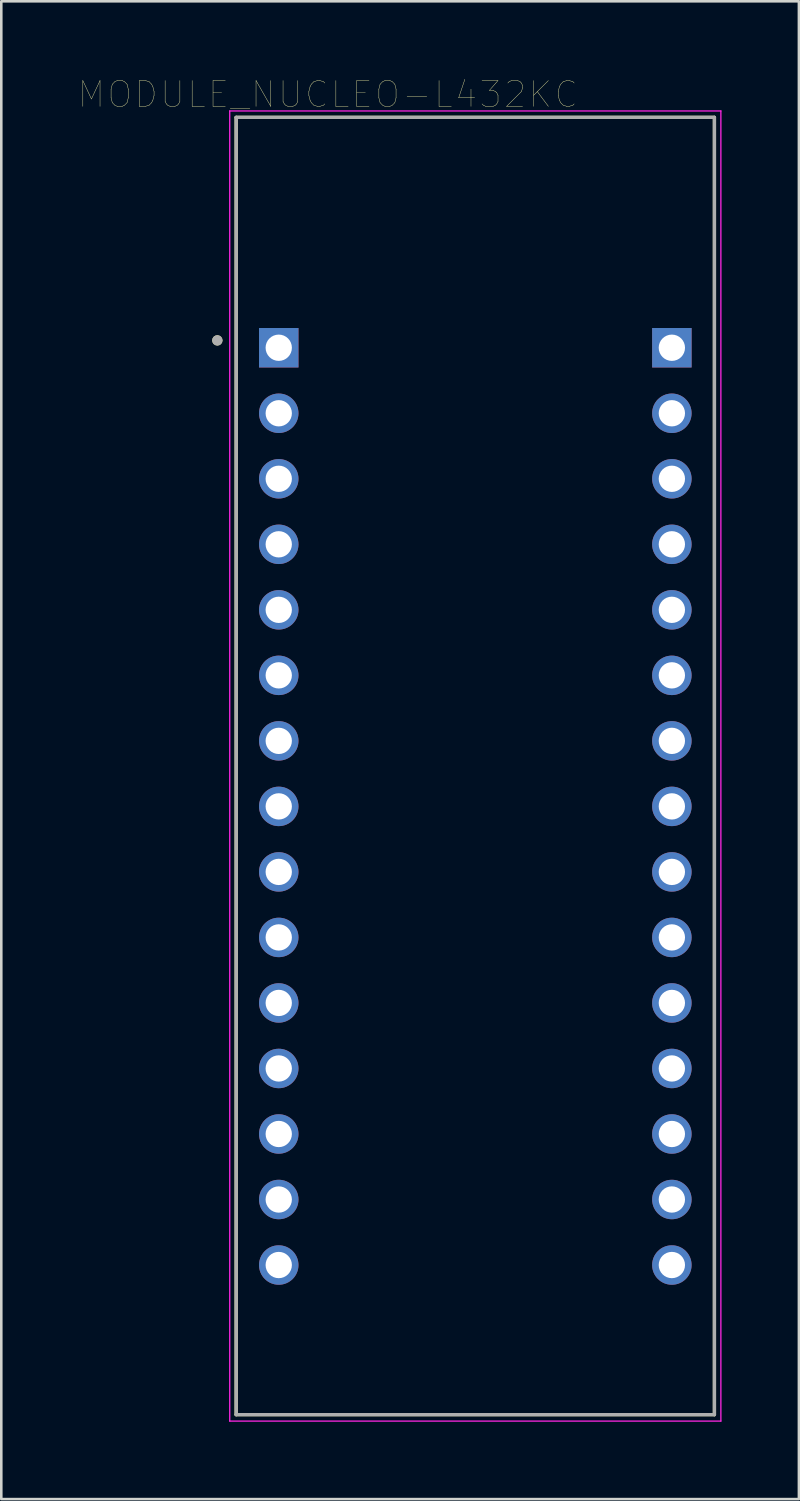
<source format=kicad_pcb>
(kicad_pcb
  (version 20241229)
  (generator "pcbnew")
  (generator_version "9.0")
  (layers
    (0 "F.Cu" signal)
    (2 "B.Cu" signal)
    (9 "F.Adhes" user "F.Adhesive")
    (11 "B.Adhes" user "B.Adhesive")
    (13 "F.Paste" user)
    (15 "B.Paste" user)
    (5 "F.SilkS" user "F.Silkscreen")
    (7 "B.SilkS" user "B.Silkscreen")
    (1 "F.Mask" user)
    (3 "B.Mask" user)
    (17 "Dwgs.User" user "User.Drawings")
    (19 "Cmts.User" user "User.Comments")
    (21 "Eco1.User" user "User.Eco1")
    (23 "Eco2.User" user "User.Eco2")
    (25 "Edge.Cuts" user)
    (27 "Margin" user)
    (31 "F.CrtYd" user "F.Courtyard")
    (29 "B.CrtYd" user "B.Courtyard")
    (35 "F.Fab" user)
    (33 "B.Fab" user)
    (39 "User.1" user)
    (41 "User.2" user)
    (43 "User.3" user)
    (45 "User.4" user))
  (footprint "MODULE_NUCLEO-L432KC"
    (layer "F.Cu")
    (at 15.376 26.646)
    (property "Reference" "MODULE_NUCLEO-L432KC" (at -5.715 -26.035 0) (layer "F.SilkS") (effects (font (size 1 1) (thickness 0.015))))
    (attr through_hole)
    (fp_line (start -9.27 -25.145) (end 9.27 -25.145) (stroke (width 0.127) (type solid)) (layer "F.SilkS"))
    (fp_line (start -9.27 25.145) (end -9.27 -25.145) (stroke (width 0.127) (type solid)) (layer "F.SilkS"))
    (fp_line (start 9.27 -25.145) (end 9.27 25.145) (stroke (width 0.127) (type solid)) (layer "F.SilkS"))
    (fp_line (start 9.27 25.145) (end -9.27 25.145) (stroke (width 0.127) (type solid)) (layer "F.SilkS"))
    (fp_circle (center -10 -16.5) (end -9.9 -16.5) (stroke (width 0.2) (type solid)) (fill no) (layer "F.SilkS"))
    (fp_line (start -9.52 -25.395) (end 9.52 -25.395) (stroke (width 0.05) (type solid)) (layer "F.CrtYd"))
    (fp_line (start -9.52 25.395) (end -9.52 -25.395) (stroke (width 0.05) (type solid)) (layer "F.CrtYd"))
    (fp_line (start 9.52 -25.395) (end 9.52 25.395) (stroke (width 0.05) (type solid)) (layer "F.CrtYd"))
    (fp_line (start 9.52 25.395) (end -9.52 25.395) (stroke (width 0.05) (type solid)) (layer "F.CrtYd"))
    (fp_line (start -9.27 -25.145) (end 9.27 -25.145) (stroke (width 0.127) (type solid)) (layer "F.Fab"))
    (fp_line (start -9.27 25.145) (end -9.27 -25.145) (stroke (width 0.127) (type solid)) (layer "F.Fab"))
    (fp_line (start 9.27 -25.145) (end 9.27 25.145) (stroke (width 0.127) (type solid)) (layer "F.Fab"))
    (fp_line (start 9.27 25.145) (end -9.27 25.145) (stroke (width 0.127) (type solid)) (layer "F.Fab"))
    (fp_circle (center -10 -16.5) (end -9.9 -16.5) (stroke (width 0.2) (type solid)) (fill no) (layer "F.Fab"))
    (pad "3V3" thru_hole circle (at 7.62 16.805) (size 1.53 1.53) (drill 1.02) (layers "*.Cu" "*.Mask"))
    (pad "5V" thru_hole circle (at 7.62 -8.595) (size 1.53 1.53) (drill 1.02) (layers "*.Cu" "*.Mask"))
    (pad "AREF" thru_hole circle (at 7.62 14.265) (size 1.53 1.53) (drill 1.02) (layers "*.Cu" "*.Mask"))
    (pad "GND" thru_hole circle (at -7.62 -8.595) (size 1.53 1.53) (drill 1.02) (layers "*.Cu" "*.Mask"))
    (pad "GND" thru_hole circle (at 7.62 -13.675) (size 1.53 1.53) (drill 1.02) (layers "*.Cu" "*.Mask"))
    (pad "NRST" thru_hole circle (at -7.62 -11.135) (size 1.53 1.53) (drill 1.02) (layers "*.Cu" "*.Mask"))
    (pad "NRST" thru_hole circle (at 7.62 -11.135) (size 1.53 1.53) (drill 1.02) (layers "*.Cu" "*.Mask"))
    (pad "PA0" thru_hole circle (at 7.62 11.725) (size 1.53 1.53) (drill 1.02) (layers "*.Cu" "*.Mask"))
    (pad "PA1" thru_hole circle (at 7.62 9.185) (size 1.53 1.53) (drill 1.02) (layers "*.Cu" "*.Mask"))
    (pad "PA2" thru_hole circle (at 7.62 -6.055) (size 1.53 1.53) (drill 1.02) (layers "*.Cu" "*.Mask"))
    (pad "PA3" thru_hole circle (at 7.62 6.645) (size 1.53 1.53) (drill 1.02) (layers "*.Cu" "*.Mask"))
    (pad "PA4" thru_hole circle (at 7.62 4.105) (size 1.53 1.53) (drill 1.02) (layers "*.Cu" "*.Mask"))
    (pad "PA5" thru_hole circle (at 7.62 1.565) (size 1.53 1.53) (drill 1.02) (layers "*.Cu" "*.Mask"))
    (pad "PA6" thru_hole circle (at 7.62 -0.975) (size 1.53 1.53) (drill 1.02) (layers "*.Cu" "*.Mask"))
    (pad "PA7" thru_hole circle (at 7.62 -3.515) (size 1.53 1.53) (drill 1.02) (layers "*.Cu" "*.Mask"))
    (pad "PA8" thru_hole circle (at -7.62 11.725) (size 1.53 1.53) (drill 1.02) (layers "*.Cu" "*.Mask"))
    (pad "PA9" thru_hole rect (at -7.62 -16.215) (size 1.53 1.53) (drill 1.02) (layers "*.Cu" "*.Mask"))
    (pad "PA10" thru_hole circle (at -7.62 -13.675) (size 1.53 1.53) (drill 1.02) (layers "*.Cu" "*.Mask"))
    (pad "PA11" thru_hole circle (at -7.62 14.265) (size 1.53 1.53) (drill 1.02) (layers "*.Cu" "*.Mask"))
    (pad "PA12" thru_hole circle (at -7.62 -6.055) (size 1.53 1.53) (drill 1.02) (layers "*.Cu" "*.Mask"))
    (pad "PB0" thru_hole circle (at -7.62 -3.515) (size 1.53 1.53) (drill 1.02) (layers "*.Cu" "*.Mask"))
    (pad "PB1" thru_hole circle (at -7.62 4.105) (size 1.53 1.53) (drill 1.02) (layers "*.Cu" "*.Mask"))
    (pad "PB3" thru_hole circle (at 7.62 19.345) (size 1.53 1.53) (drill 1.02) (layers "*.Cu" "*.Mask"))
    (pad "PB4" thru_hole circle (at -7.62 19.345) (size 1.53 1.53) (drill 1.02) (layers "*.Cu" "*.Mask"))
    (pad "PB5" thru_hole circle (at -7.62 16.805) (size 1.53 1.53) (drill 1.02) (layers "*.Cu" "*.Mask"))
    (pad "PB6" thru_hole circle (at -7.62 1.565) (size 1.53 1.53) (drill 1.02) (layers "*.Cu" "*.Mask"))
    (pad "PB7" thru_hole circle (at -7.62 -0.975) (size 1.53 1.53) (drill 1.02) (layers "*.Cu" "*.Mask"))
    (pad "PC14" thru_hole circle (at -7.62 6.645) (size 1.53 1.53) (drill 1.02) (layers "*.Cu" "*.Mask"))
    (pad "PC15" thru_hole circle (at -7.62 9.185) (size 1.53 1.53) (drill 1.02) (layers "*.Cu" "*.Mask"))
    (pad "VIN" thru_hole rect (at 7.62 -16.215) (size 1.53 1.53) (drill 1.02) (layers "*.Cu" "*.Mask")))
  (gr_rect
    (start -3 -3)
    (end 27.921 55.066)
    (stroke (width 0.1) (type default))
    (fill no)
    (layer "Edge.Cuts")))
</source>
